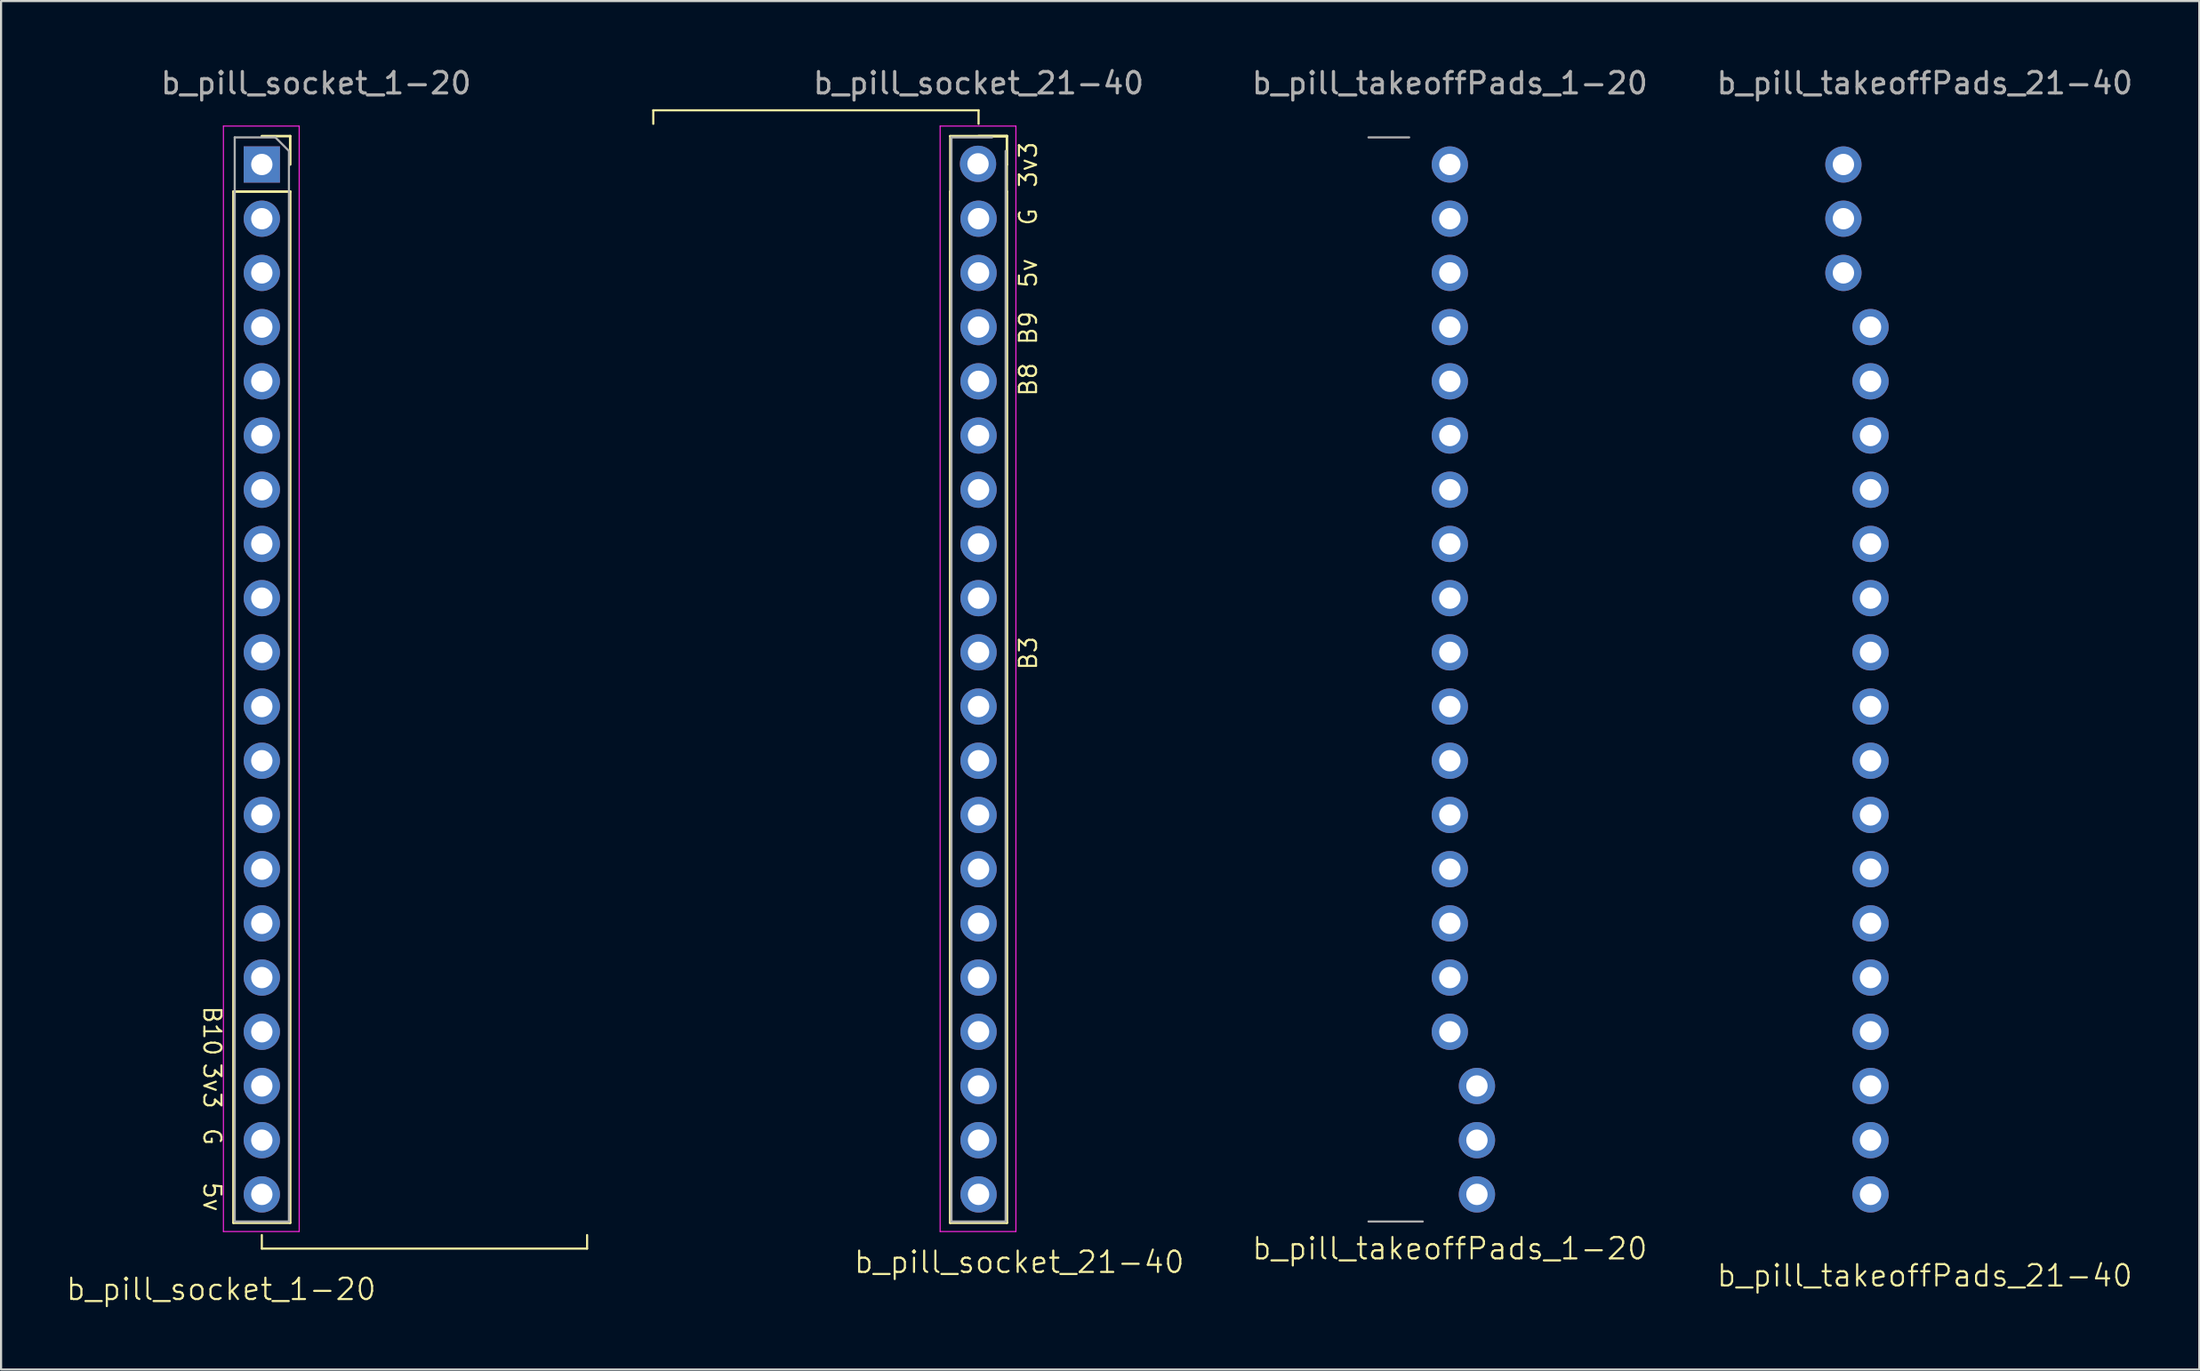
<source format=kicad_pcb>
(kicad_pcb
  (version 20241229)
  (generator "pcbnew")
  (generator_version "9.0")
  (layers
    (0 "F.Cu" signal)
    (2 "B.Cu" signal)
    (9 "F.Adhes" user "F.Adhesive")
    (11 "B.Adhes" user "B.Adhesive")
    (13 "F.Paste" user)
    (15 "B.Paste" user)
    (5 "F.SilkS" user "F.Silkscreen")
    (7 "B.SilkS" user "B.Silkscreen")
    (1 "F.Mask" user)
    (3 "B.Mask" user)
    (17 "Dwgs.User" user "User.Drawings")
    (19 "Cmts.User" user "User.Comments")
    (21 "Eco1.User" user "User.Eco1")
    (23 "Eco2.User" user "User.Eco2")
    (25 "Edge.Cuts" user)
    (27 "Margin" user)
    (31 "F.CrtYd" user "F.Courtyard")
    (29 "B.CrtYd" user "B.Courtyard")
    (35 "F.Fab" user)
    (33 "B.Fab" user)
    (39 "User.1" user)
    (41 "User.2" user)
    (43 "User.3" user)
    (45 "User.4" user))
  (footprint "b_pill_socket_21-40"
    (layer "F.Cu")
    (at 42.797 28.788)
    (property "Reference" "b_pill_socket_21-40" (at 1.905 27.305 0) (unlocked yes) (layer "F.SilkS") (effects (font (size 1 1) (thickness 0.1))))
    (attr through_hole)
    (fp_line (start -15.24 -26.67) (end -15.24 -26.035) (stroke (width 0.1) (type default)) (layer "F.SilkS"))
    (fp_line (start -1.33 -25.46) (end -1.33 -22.86) (stroke (width 0.1) (type default)) (layer "F.SilkS"))
    (fp_line (start -1.33 -25.46) (end 1.33 -25.46) (stroke (width 0.12) (type solid)) (layer "F.SilkS"))
    (fp_line (start -1.33 -22.86) (end -1.33 25.46) (stroke (width 0.12) (type solid)) (layer "F.SilkS"))
    (fp_line (start -1.33 25.46) (end 1.33 25.46) (stroke (width 0.12) (type solid)) (layer "F.SilkS"))
    (fp_line (start 0 -26.67) (end -15.24 -26.67) (stroke (width 0.1) (type default)) (layer "F.SilkS"))
    (fp_line (start 0 -26.67) (end 0 -26.035) (stroke (width 0.1) (type default)) (layer "F.SilkS"))
    (fp_line (start 0 -25.46) (end 1.33 -25.46) (stroke (width 0.12) (type solid)) (layer "F.SilkS"))
    (fp_line (start 1.33 -25.46) (end 1.33 -24.13) (stroke (width 0.12) (type solid)) (layer "F.SilkS"))
    (fp_line (start 1.33 -24.13) (end 1.33 -22.86) (stroke (width 0.1) (type default)) (layer "F.SilkS"))
    (fp_line (start 1.33 -22.86) (end 1.33 25.46) (stroke (width 0.12) (type solid)) (layer "F.SilkS"))
    (fp_line (start -1.8 -25.93) (end 1.75 -25.93) (stroke (width 0.05) (type solid)) (layer "F.CrtYd"))
    (fp_line (start -1.8 25.87) (end -1.8 -25.93) (stroke (width 0.05) (type solid)) (layer "F.CrtYd"))
    (fp_line (start 1.75 -25.93) (end 1.75 25.87) (stroke (width 0.05) (type solid)) (layer "F.CrtYd"))
    (fp_line (start 1.75 25.87) (end -1.8 25.87) (stroke (width 0.05) (type solid)) (layer "F.CrtYd"))
    (fp_line (start -1.27 -25.4) (end 0.635 -25.4) (stroke (width 0.1) (type solid)) (layer "F.Fab"))
    (fp_line (start -1.27 25.4) (end -1.27 -25.4) (stroke (width 0.1) (type solid)) (layer "F.Fab"))
    (fp_line (start 1.27 -24.765) (end 1.27 25.4) (stroke (width 0.1) (type solid)) (layer "F.Fab"))
    (fp_line (start 1.27 25.4) (end -1.27 25.4) (stroke (width 0.1) (type solid)) (layer "F.Fab"))
    (fp_text user "5v" (at 2.794 -18.288 90) (unlocked yes) (layer "F.SilkS") (effects (font (size 0.8 0.8) (thickness 0.1)) (justify left bottom)))
    (fp_text user "B8" (at 2.794 -13.208 90) (unlocked yes) (layer "F.SilkS") (effects (font (size 0.8 0.8) (thickness 0.1)) (justify left bottom)))
    (fp_text user "G" (at 2.794 -21.209 90) (unlocked yes) (layer "F.SilkS") (effects (font (size 0.8 0.8) (thickness 0.1)) (justify left bottom)))
    (fp_text user "3v3" (at 2.794 -22.987 90) (unlocked yes) (layer "F.SilkS") (effects (font (size 0.8 0.8) (thickness 0.1)) (justify left bottom)))
    (fp_text user "B3" (at 2.794 -0.381 90) (unlocked yes) (layer "F.SilkS") (effects (font (size 0.8 0.8) (thickness 0.1)) (justify left bottom)))
    (fp_text user "B9" (at 2.794 -15.621 90) (unlocked yes) (layer "F.SilkS") (effects (font (size 0.8 0.8) (thickness 0.1)) (justify left bottom)))
    (fp_text user "${REFERENCE}" (at 0 -27.94 0) (unlocked yes) (layer "F.Fab") (effects (font (size 1 1) (thickness 0.15))))
    (pad "21" thru_hole oval (at 0 24.13) (size 1.7 1.7) (drill 1) (layers "*.Cu" "*.Mask"))
    (pad "22" thru_hole oval (at 0 21.59) (size 1.7 1.7) (drill 1) (layers "*.Cu" "*.Mask"))
    (pad "23" thru_hole oval (at 0 19.05) (size 1.7 1.7) (drill 1) (layers "*.Cu" "*.Mask"))
    (pad "24" thru_hole oval (at 0 16.51) (size 1.7 1.7) (drill 1) (layers "*.Cu" "*.Mask"))
    (pad "25" thru_hole oval (at 0 13.97) (size 1.7 1.7) (drill 1) (layers "*.Cu" "*.Mask"))
    (pad "26" thru_hole oval (at 0 11.43) (size 1.7 1.7) (drill 1) (layers "*.Cu" "*.Mask"))
    (pad "27" thru_hole oval (at 0 8.89) (size 1.7 1.7) (drill 1) (layers "*.Cu" "*.Mask"))
    (pad "28" thru_hole oval (at 0 6.35) (size 1.7 1.7) (drill 1) (layers "*.Cu" "*.Mask"))
    (pad "29" thru_hole oval (at 0 3.81) (size 1.7 1.7) (drill 1) (layers "*.Cu" "*.Mask"))
    (pad "30" thru_hole oval (at 0 1.27) (size 1.7 1.7) (drill 1) (layers "*.Cu" "*.Mask"))
    (pad "31" thru_hole oval (at 0 -1.27) (size 1.7 1.7) (drill 1) (layers "*.Cu" "*.Mask"))
    (pad "32" thru_hole oval (at 0 -3.81) (size 1.7 1.7) (drill 1) (layers "*.Cu" "*.Mask"))
    (pad "33" thru_hole oval (at 0 -6.35) (size 1.7 1.7) (drill 1) (layers "*.Cu" "*.Mask"))
    (pad "34" thru_hole oval (at 0 -8.89) (size 1.7 1.7) (drill 1) (layers "*.Cu" "*.Mask"))
    (pad "35" thru_hole oval (at 0 -11.43) (size 1.7 1.7) (drill 1) (layers "*.Cu" "*.Mask"))
    (pad "36" thru_hole oval (at 0 -13.97) (size 1.7 1.7) (drill 1) (layers "*.Cu" "*.Mask"))
    (pad "37" thru_hole oval (at 0 -16.51) (size 1.7 1.7) (drill 1) (layers "*.Cu" "*.Mask"))
    (pad "38" thru_hole oval (at 0 -19.05) (size 1.7 1.7) (drill 1) (layers "*.Cu" "*.Mask"))
    (pad "39" thru_hole oval (at 0 -21.59) (size 1.7 1.7) (drill 1) (layers "*.Cu" "*.Mask"))
    (pad "40" thru_hole oval (at -0.025 -24.16) (size 1.7 1.7) (drill 1) (layers "*.Cu" "*.Mask")))
  (footprint "b_pill_takeoffPads_21-40"
    (layer "F.Cu")
    (at 84.587 28.788)
    (property "Reference" "b_pill_takeoffPads_21-40" (at 2.54 27.94 0) (unlocked yes) (layer "F.SilkS") (effects (font (size 1 1) (thickness 0.1))))
    (attr through_hole)
    (fp_text user "${REFERENCE}" (at 2.54 -27.94 0) (unlocked yes) (layer "F.Fab") (effects (font (size 1 1) (thickness 0.15))))
    (pad "21" thru_hole oval (at 0 24.13) (size 1.7 1.7) (drill 1) (layers "*.Cu" "*.Mask"))
    (pad "22" thru_hole oval (at 0 21.59) (size 1.7 1.7) (drill 1) (layers "*.Cu" "*.Mask"))
    (pad "23" thru_hole oval (at 0 19.05) (size 1.7 1.7) (drill 1) (layers "*.Cu" "*.Mask"))
    (pad "24" thru_hole oval (at 0 16.51) (size 1.7 1.7) (drill 1) (layers "*.Cu" "*.Mask"))
    (pad "25" thru_hole oval (at 0 13.97) (size 1.7 1.7) (drill 1) (layers "*.Cu" "*.Mask"))
    (pad "26" thru_hole oval (at 0 11.43) (size 1.7 1.7) (drill 1) (layers "*.Cu" "*.Mask"))
    (pad "27" thru_hole oval (at 0 8.89) (size 1.7 1.7) (drill 1) (layers "*.Cu" "*.Mask"))
    (pad "28" thru_hole oval (at 0 6.35) (size 1.7 1.7) (drill 1) (layers "*.Cu" "*.Mask"))
    (pad "29" thru_hole oval (at 0 3.81) (size 1.7 1.7) (drill 1) (layers "*.Cu" "*.Mask"))
    (pad "30" thru_hole oval (at 0 1.27) (size 1.7 1.7) (drill 1) (layers "*.Cu" "*.Mask"))
    (pad "31" thru_hole oval (at 0 -1.27) (size 1.7 1.7) (drill 1) (layers "*.Cu" "*.Mask"))
    (pad "32" thru_hole oval (at 0 -3.81) (size 1.7 1.7) (drill 1) (layers "*.Cu" "*.Mask"))
    (pad "33" thru_hole oval (at 0 -6.35) (size 1.7 1.7) (drill 1) (layers "*.Cu" "*.Mask"))
    (pad "34" thru_hole oval (at 0 -8.89) (size 1.7 1.7) (drill 1) (layers "*.Cu" "*.Mask"))
    (pad "35" thru_hole oval (at 0 -11.43) (size 1.7 1.7) (drill 1) (layers "*.Cu" "*.Mask"))
    (pad "36" thru_hole oval (at 0 -13.97) (size 1.7 1.7) (drill 1) (layers "*.Cu" "*.Mask"))
    (pad "37" thru_hole oval (at 0 -16.51) (size 1.7 1.7) (drill 1) (layers "*.Cu" "*.Mask"))
    (pad "38" thru_hole oval (at -1.27 -19.05) (size 1.7 1.7) (drill 1) (layers "*.Cu" "*.Mask"))
    (pad "39" thru_hole oval (at -1.27 -21.59) (size 1.7 1.7) (drill 1) (layers "*.Cu" "*.Mask"))
    (pad "40" thru_hole oval (at -1.27 -24.13) (size 1.7 1.7) (drill 1) (layers "*.Cu" "*.Mask")))
  (footprint "b_pill_socket_1-20"
    (layer "F.Cu")
    (at 9.217 28.788)
    (property "Reference" "b_pill_socket_1-20" (at -1.905 28.575 0) (unlocked yes) (layer "F.SilkS") (effects (font (size 1 1) (thickness 0.1))))
    (attr through_hole)
    (fp_line (start -1.33 -22.86) (end -1.33 25.46) (stroke (width 0.12) (type solid)) (layer "F.SilkS"))
    (fp_line (start -1.33 -22.86) (end 1.33 -22.86) (stroke (width 0.12) (type solid)) (layer "F.SilkS"))
    (fp_line (start -1.33 25.46) (end 1.33 25.46) (stroke (width 0.12) (type solid)) (layer "F.SilkS"))
    (fp_line (start 0 -25.46) (end 1.33 -25.46) (stroke (width 0.12) (type solid)) (layer "F.SilkS"))
    (fp_line (start 0 26.035) (end 0 26.67) (stroke (width 0.1) (type default)) (layer "F.SilkS"))
    (fp_line (start 0 26.67) (end 15.24 26.67) (stroke (width 0.1) (type default)) (layer "F.SilkS"))
    (fp_line (start 1.33 -25.46) (end 1.33 -24.13) (stroke (width 0.12) (type solid)) (layer "F.SilkS"))
    (fp_line (start 1.33 -22.86) (end 1.33 25.46) (stroke (width 0.12) (type solid)) (layer "F.SilkS"))
    (fp_line (start 15.24 26.67) (end 15.24 26.035) (stroke (width 0.1) (type default)) (layer "F.SilkS"))
    (fp_line (start -1.8 -25.93) (end 1.75 -25.93) (stroke (width 0.05) (type solid)) (layer "F.CrtYd"))
    (fp_line (start -1.8 25.87) (end -1.8 -25.93) (stroke (width 0.05) (type solid)) (layer "F.CrtYd"))
    (fp_line (start 1.75 -25.93) (end 1.75 25.87) (stroke (width 0.05) (type solid)) (layer "F.CrtYd"))
    (fp_line (start 1.75 25.87) (end -1.8 25.87) (stroke (width 0.05) (type solid)) (layer "F.CrtYd"))
    (fp_line (start -1.27 -25.4) (end 0.635 -25.4) (stroke (width 0.1) (type solid)) (layer "F.Fab"))
    (fp_line (start -1.27 25.4) (end -1.27 -25.4) (stroke (width 0.1) (type solid)) (layer "F.Fab"))
    (fp_line (start 0.635 -25.4) (end 1.27 -24.765) (stroke (width 0.1) (type solid)) (layer "F.Fab"))
    (fp_line (start 1.27 -24.765) (end 1.27 25.4) (stroke (width 0.1) (type solid)) (layer "F.Fab"))
    (fp_line (start 1.27 25.4) (end -1.27 25.4) (stroke (width 0.1) (type solid)) (layer "F.Fab"))
    (fp_text user "3v3" (at -2.794 17.907 270) (unlocked yes) (layer "F.SilkS") (effects (font (size 0.8 0.8) (thickness 0.1)) (justify left bottom)))
    (fp_text user "5v" (at -2.794 23.495 270) (unlocked yes) (layer "F.SilkS") (effects (font (size 0.8 0.8) (thickness 0.1)) (justify left bottom)))
    (fp_text user "B10" (at -2.794 15.24 270) (unlocked yes) (layer "F.SilkS") (effects (font (size 0.8 0.8) (thickness 0.1)) (justify left bottom)))
    (fp_text user "G" (at -2.794 20.955 270) (unlocked yes) (layer "F.SilkS") (effects (font (size 0.8 0.8) (thickness 0.1)) (justify left bottom)))
    (fp_text user "${REFERENCE}" (at 2.54 -27.94 0) (unlocked yes) (layer "F.Fab") (effects (font (size 1 1) (thickness 0.15))))
    (pad "1" thru_hole rect (at 0 -24.13) (size 1.7 1.7) (drill 1) (layers "*.Cu" "*.Mask"))
    (pad "2" thru_hole oval (at 0 -21.59) (size 1.7 1.7) (drill 1) (layers "*.Cu" "*.Mask"))
    (pad "3" thru_hole oval (at 0 -19.05) (size 1.7 1.7) (drill 1) (layers "*.Cu" "*.Mask"))
    (pad "4" thru_hole oval (at 0 -16.51) (size 1.7 1.7) (drill 1) (layers "*.Cu" "*.Mask"))
    (pad "5" thru_hole oval (at 0 -13.97) (size 1.7 1.7) (drill 1) (layers "*.Cu" "*.Mask"))
    (pad "6" thru_hole oval (at 0 -11.43) (size 1.7 1.7) (drill 1) (layers "*.Cu" "*.Mask"))
    (pad "7" thru_hole oval (at 0 -8.89) (size 1.7 1.7) (drill 1) (layers "*.Cu" "*.Mask"))
    (pad "8" thru_hole oval (at 0 -6.35) (size 1.7 1.7) (drill 1) (layers "*.Cu" "*.Mask"))
    (pad "9" thru_hole oval (at 0 -3.81) (size 1.7 1.7) (drill 1) (layers "*.Cu" "*.Mask"))
    (pad "10" thru_hole oval (at 0 -1.27) (size 1.7 1.7) (drill 1) (layers "*.Cu" "*.Mask"))
    (pad "11" thru_hole oval (at 0 1.27) (size 1.7 1.7) (drill 1) (layers "*.Cu" "*.Mask"))
    (pad "12" thru_hole oval (at 0 3.81) (size 1.7 1.7) (drill 1) (layers "*.Cu" "*.Mask"))
    (pad "13" thru_hole oval (at 0 6.35) (size 1.7 1.7) (drill 1) (layers "*.Cu" "*.Mask"))
    (pad "14" thru_hole oval (at 0 8.89) (size 1.7 1.7) (drill 1) (layers "*.Cu" "*.Mask"))
    (pad "15" thru_hole oval (at 0 11.43) (size 1.7 1.7) (drill 1) (layers "*.Cu" "*.Mask"))
    (pad "16" thru_hole oval (at 0 13.97) (size 1.7 1.7) (drill 1) (layers "*.Cu" "*.Mask"))
    (pad "17" thru_hole oval (at 0 16.51) (size 1.7 1.7) (drill 1) (layers "*.Cu" "*.Mask"))
    (pad "18" thru_hole oval (at 0 19.05) (size 1.7 1.7) (drill 1) (layers "*.Cu" "*.Mask"))
    (pad "19" thru_hole oval (at 0 21.59) (size 1.7 1.7) (drill 1) (layers "*.Cu" "*.Mask"))
    (pad "20" thru_hole oval (at 0 24.13) (size 1.7 1.7) (drill 1) (layers "*.Cu" "*.Mask")))
  (footprint "b_pill_takeoffPads_1-20"
    (layer "F.Cu")
    (at 69.957 28.788)
    (property "Reference" "b_pill_takeoffPads_1-20" (at -5.08 26.67 0) (unlocked yes) (layer "F.SilkS") (effects (font (size 1 1) (thickness 0.1))))
    (attr through_hole)
    (fp_line (start -8.89 -25.4) (end -6.985 -25.4) (stroke (width 0.1) (type solid)) (layer "F.Fab"))
    (fp_line (start -6.35 25.4) (end -8.89 25.4) (stroke (width 0.1) (type solid)) (layer "F.Fab"))
    (fp_text user "${REFERENCE}" (at -5.08 -27.94 0) (unlocked yes) (layer "F.Fab") (effects (font (size 1 1) (thickness 0.15))))
    (pad "1" thru_hole oval (at -5.08 -24.13) (size 1.7 1.7) (drill 1) (layers "*.Cu" "*.Mask"))
    (pad "2" thru_hole oval (at -5.08 -21.59) (size 1.7 1.7) (drill 1) (layers "*.Cu" "*.Mask"))
    (pad "3" thru_hole oval (at -5.08 -19.05) (size 1.7 1.7) (drill 1) (layers "*.Cu" "*.Mask"))
    (pad "4" thru_hole oval (at -5.08 -16.51) (size 1.7 1.7) (drill 1) (layers "*.Cu" "*.Mask"))
    (pad "5" thru_hole oval (at -5.08 -13.97) (size 1.7 1.7) (drill 1) (layers "*.Cu" "*.Mask"))
    (pad "6" thru_hole oval (at -5.08 -11.43) (size 1.7 1.7) (drill 1) (layers "*.Cu" "*.Mask"))
    (pad "7" thru_hole oval (at -5.08 -8.89) (size 1.7 1.7) (drill 1) (layers "*.Cu" "*.Mask"))
    (pad "8" thru_hole oval (at -5.08 -6.35) (size 1.7 1.7) (drill 1) (layers "*.Cu" "*.Mask"))
    (pad "9" thru_hole oval (at -5.08 -3.81) (size 1.7 1.7) (drill 1) (layers "*.Cu" "*.Mask"))
    (pad "10" thru_hole oval (at -5.08 -1.27) (size 1.7 1.7) (drill 1) (layers "*.Cu" "*.Mask"))
    (pad "11" thru_hole oval (at -5.08 1.27) (size 1.7 1.7) (drill 1) (layers "*.Cu" "*.Mask"))
    (pad "12" thru_hole oval (at -5.08 3.81) (size 1.7 1.7) (drill 1) (layers "*.Cu" "*.Mask"))
    (pad "13" thru_hole oval (at -5.08 6.35) (size 1.7 1.7) (drill 1) (layers "*.Cu" "*.Mask"))
    (pad "14" thru_hole oval (at -5.08 8.89) (size 1.7 1.7) (drill 1) (layers "*.Cu" "*.Mask"))
    (pad "15" thru_hole oval (at -5.08 11.43) (size 1.7 1.7) (drill 1) (layers "*.Cu" "*.Mask"))
    (pad "16" thru_hole oval (at -5.08 13.97) (size 1.7 1.7) (drill 1) (layers "*.Cu" "*.Mask"))
    (pad "17" thru_hole oval (at -5.08 16.51) (size 1.7 1.7) (drill 1) (layers "*.Cu" "*.Mask"))
    (pad "18" thru_hole oval (at -3.81 19.05) (size 1.7 1.7) (drill 1) (layers "*.Cu" "*.Mask"))
    (pad "19" thru_hole oval (at -3.81 21.59) (size 1.7 1.7) (drill 1) (layers "*.Cu" "*.Mask"))
    (pad "20" thru_hole oval (at -3.81 24.13) (size 1.7 1.7) (drill 1) (layers "*.Cu" "*.Mask")))
  (gr_rect
    (start -3 -3)
    (end 99.99 61.124)
    (stroke (width 0.1) (type default))
    (fill no)
    (layer "Edge.Cuts")))
</source>
